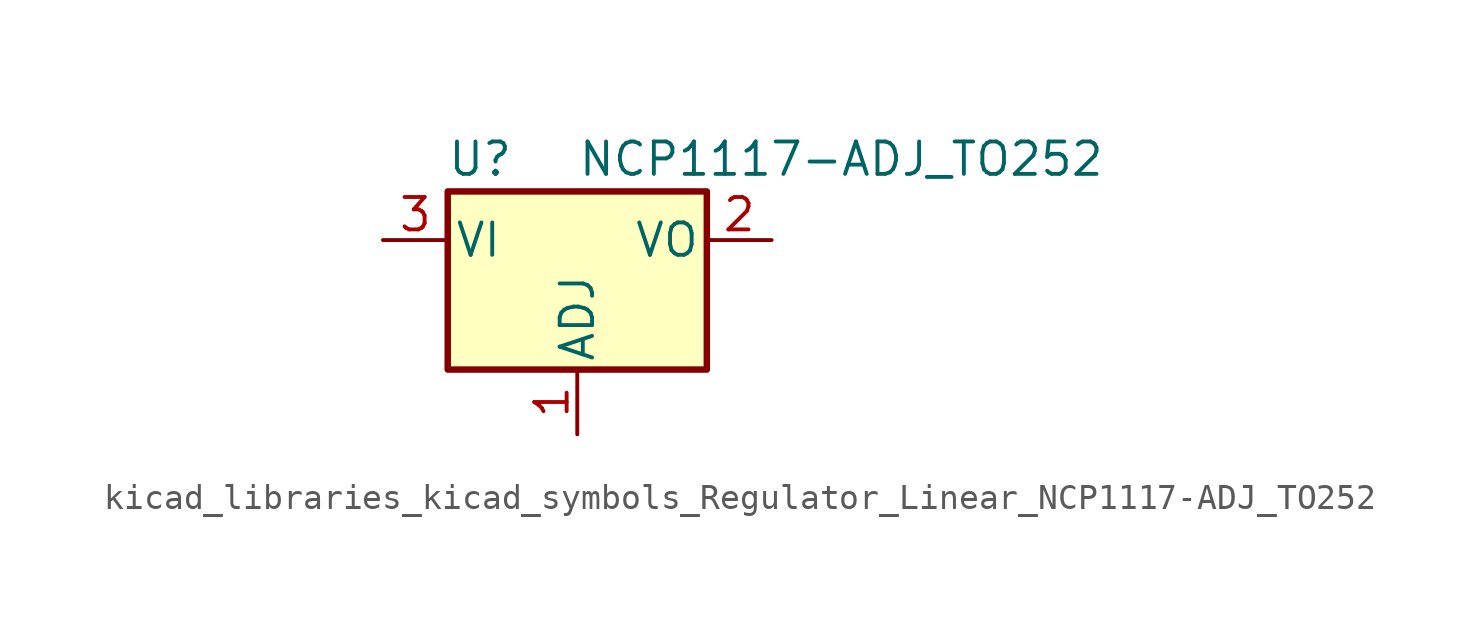
<source format=kicad_sym>
(kicad_symbol_lib
  (version 20220914)
  (generator kicad_symbol_editor)
  (symbol "kicad_libraries_kicad_symbols_Regulator_Linear_NCP1117-ADJ_TO252"
    (pin_names
      (offset 0.254))
    (property "Reference" "U"
      (at -3.81 3.175 0)
      (effects (font (size 1.27 1.27))))
    (property "Value" "NCP1117-ADJ_TO252"
      (at 0 3.175 0)
      (effects (font (size 1.27 1.27)) (justify left)))
    (symbol "kicad_libraries_kicad_symbols_Regulator_Linear_NCP1117-ADJ_TO252_0_1"
      (rectangle (start -5.08 1.905) (end 5.08 -5.08) (stroke (width 0.254) (type default)) (fill (type background))))
    (symbol "kicad_libraries_kicad_symbols_Regulator_Linear_NCP1117-ADJ_TO252_1_1"
      (pin input line (at 0 -7.62 90) (length 2.54) (name "ADJ" (effects (font (size 1.27 1.27)))) (number "1" (effects (font (size 1.27 1.27)))))
      (pin power_out line (at 7.62 0 180) (length 2.54) (name "VO" (effects (font (size 1.27 1.27)))) (number "2" (effects (font (size 1.27 1.27)))))
      (pin power_in line (at -7.62 0 0) (length 2.54) (name "VI" (effects (font (size 1.27 1.27)))) (number "3" (effects (font (size 1.27 1.27))))))))
</source>
